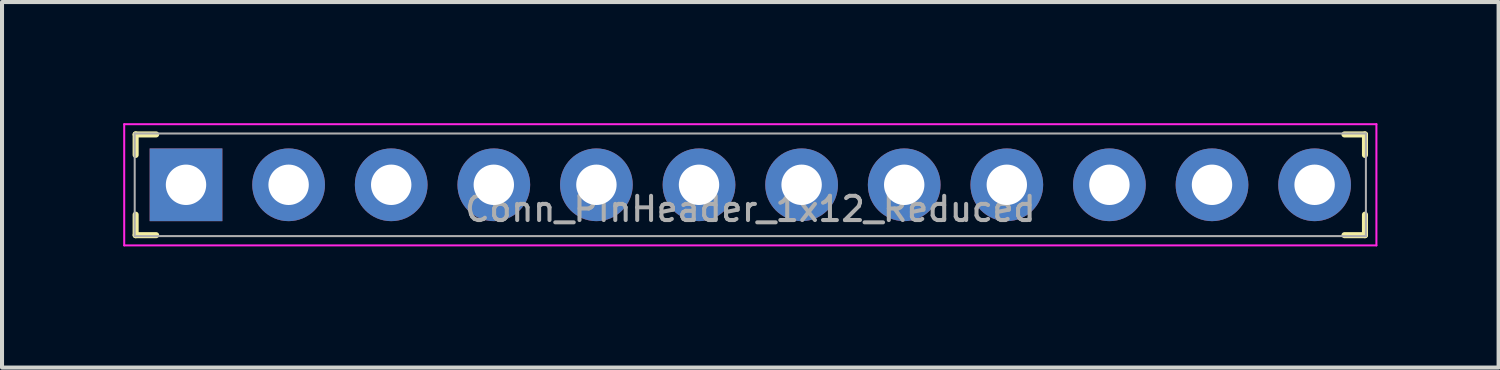
<source format=kicad_pcb>
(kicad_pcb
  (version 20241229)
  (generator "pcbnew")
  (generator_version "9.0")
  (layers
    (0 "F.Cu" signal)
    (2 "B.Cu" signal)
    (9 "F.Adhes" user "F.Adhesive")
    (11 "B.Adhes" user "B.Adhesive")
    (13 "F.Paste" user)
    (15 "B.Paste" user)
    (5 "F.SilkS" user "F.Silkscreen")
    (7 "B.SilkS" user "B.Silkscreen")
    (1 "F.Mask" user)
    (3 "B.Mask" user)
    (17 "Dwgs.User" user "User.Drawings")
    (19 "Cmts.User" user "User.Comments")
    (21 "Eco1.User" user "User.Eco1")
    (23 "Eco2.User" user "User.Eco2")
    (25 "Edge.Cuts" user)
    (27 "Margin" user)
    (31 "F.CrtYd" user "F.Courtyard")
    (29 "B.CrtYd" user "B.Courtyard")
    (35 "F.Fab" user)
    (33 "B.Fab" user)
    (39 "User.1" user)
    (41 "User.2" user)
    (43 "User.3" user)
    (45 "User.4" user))
  (footprint "Conn_PinHeader_1x12_Reduced"
    (layer "F.Cu")
    (at 15.525 1.525)
    (property "Reference" "Conn_PinHeader_1x12_Reduced" (at 0 0.6 180) (layer "F.Fab") (effects (font (size 0.6 0.6) (thickness 0.1))))
    (attr through_hole)
    (fp_line (start -15.217 -1.247) (end -15.217 -0.739) (stroke (width 0.15) (type solid)) (layer "F.SilkS"))
    (fp_line (start -15.217 -1.247) (end -14.709 -1.247) (stroke (width 0.15) (type solid)) (layer "F.SilkS"))
    (fp_line (start -15.217 0.739) (end -15.217 1.247) (stroke (width 0.15) (type solid)) (layer "F.SilkS"))
    (fp_line (start -15.217 1.247) (end -14.709 1.247) (stroke (width 0.15) (type solid)) (layer "F.SilkS"))
    (fp_line (start 14.709 -1.247) (end 15.217 -1.247) (stroke (width 0.15) (type solid)) (layer "F.SilkS"))
    (fp_line (start 14.709 1.247) (end 15.217 1.247) (stroke (width 0.15) (type solid)) (layer "F.SilkS"))
    (fp_line (start 15.217 -1.247) (end 15.217 -0.739) (stroke (width 0.15) (type solid)) (layer "F.SilkS"))
    (fp_line (start 15.217 0.739) (end 15.217 1.247) (stroke (width 0.15) (type solid)) (layer "F.SilkS"))
    (fp_line (start -15.5 -1.5) (end -15.5 1.5) (stroke (width 0.05) (type solid)) (layer "F.CrtYd"))
    (fp_line (start -15.5 -1.5) (end 15.5 -1.5) (stroke (width 0.05) (type solid)) (layer "F.CrtYd"))
    (fp_line (start 15.5 1.5) (end -15.5 1.5) (stroke (width 0.05) (type solid)) (layer "F.CrtYd"))
    (fp_line (start 15.5 1.5) (end 15.5 -1.5) (stroke (width 0.05) (type solid)) (layer "F.CrtYd"))
    (fp_line (start -15.24 -1.27) (end 15.24 -1.27) (stroke (width 0.05) (type solid)) (layer "F.Fab"))
    (fp_line (start -15.24 1.27) (end -15.24 -1.27) (stroke (width 0.05) (type solid)) (layer "F.Fab"))
    (fp_line (start -15.24 1.27) (end 15.24 1.27) (stroke (width 0.05) (type solid)) (layer "F.Fab"))
    (fp_line (start 15.24 -1.27) (end 15.24 1.27) (stroke (width 0.05) (type solid)) (layer "F.Fab"))
    (fp_text user "${REFERENCE}" (at 0 0 180) (layer "Eco1.User") (effects (font (size 0.3 0.3) (thickness 0.03))))
    (pad "1" thru_hole rect (at -13.97 0) (size 1.8 1.8) (drill 1) (layers "*.Cu" "*.Mask"))
    (pad "2" thru_hole circle (at -11.43 0) (size 1.8 1.8) (drill 1) (layers "*.Cu" "*.Mask"))
    (pad "3" thru_hole circle (at -8.89 0) (size 1.8 1.8) (drill 1) (layers "*.Cu" "*.Mask"))
    (pad "4" thru_hole circle (at -6.35 0) (size 1.8 1.8) (drill 1) (layers "*.Cu" "*.Mask"))
    (pad "5" thru_hole circle (at -3.81 0) (size 1.8 1.8) (drill 1) (layers "*.Cu" "*.Mask"))
    (pad "6" thru_hole circle (at -1.27 0) (size 1.8 1.8) (drill 1) (layers "*.Cu" "*.Mask"))
    (pad "7" thru_hole circle (at 1.27 0) (size 1.8 1.8) (drill 1) (layers "*.Cu" "*.Mask"))
    (pad "8" thru_hole circle (at 3.81 0) (size 1.8 1.8) (drill 1) (layers "*.Cu" "*.Mask"))
    (pad "9" thru_hole circle (at 6.35 0) (size 1.8 1.8) (drill 1) (layers "*.Cu" "*.Mask"))
    (pad "10" thru_hole circle (at 8.89 0) (size 1.8 1.8) (drill 1) (layers "*.Cu" "*.Mask"))
    (pad "11" thru_hole circle (at 11.43 0) (size 1.8 1.8) (drill 1) (layers "*.Cu" "*.Mask"))
    (pad "12" thru_hole circle (at 13.97 0) (size 1.8 1.8) (drill 1) (layers "*.Cu" "*.Mask")))
  (gr_rect
    (start -3 -3)
    (end 34.05 6.05)
    (stroke (width 0.1) (type default))
    (fill no)
    (layer "Edge.Cuts")))
</source>
